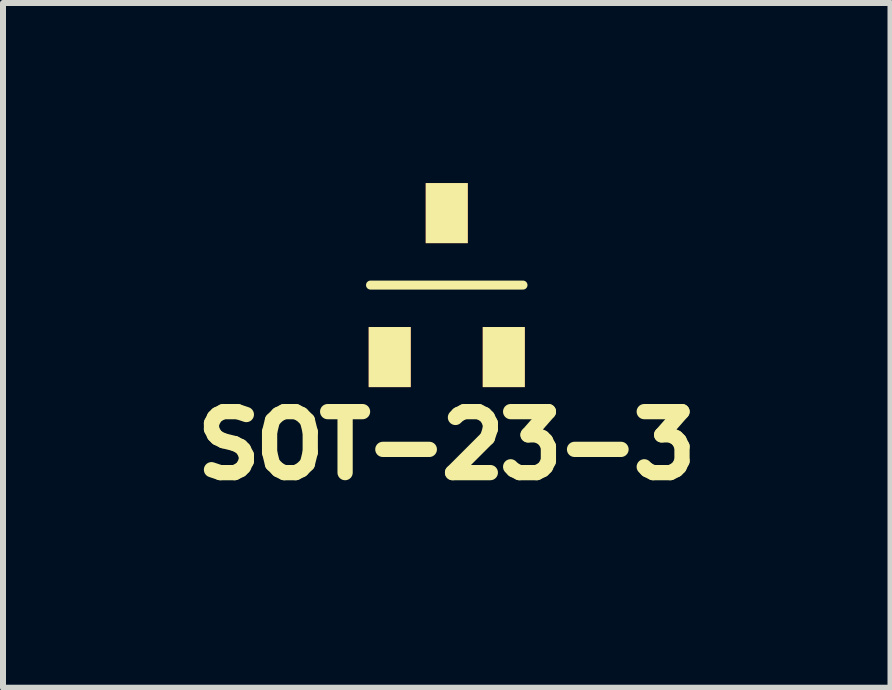
<source format=kicad_pcb>
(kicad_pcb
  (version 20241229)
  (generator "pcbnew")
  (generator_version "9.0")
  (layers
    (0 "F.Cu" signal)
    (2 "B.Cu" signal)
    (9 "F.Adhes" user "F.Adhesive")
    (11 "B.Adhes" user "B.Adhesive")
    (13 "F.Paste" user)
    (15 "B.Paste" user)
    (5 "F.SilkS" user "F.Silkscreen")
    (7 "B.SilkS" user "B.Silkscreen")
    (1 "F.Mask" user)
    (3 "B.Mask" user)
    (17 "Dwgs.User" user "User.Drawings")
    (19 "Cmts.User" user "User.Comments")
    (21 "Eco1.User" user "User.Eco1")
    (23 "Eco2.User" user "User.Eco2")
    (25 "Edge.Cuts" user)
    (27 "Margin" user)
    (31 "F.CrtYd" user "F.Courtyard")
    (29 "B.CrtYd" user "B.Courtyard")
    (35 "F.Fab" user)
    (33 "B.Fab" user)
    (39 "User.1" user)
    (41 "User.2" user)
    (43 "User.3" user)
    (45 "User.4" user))
  (footprint "SOT-23-3"
    (layer "F.Cu")
    (at 4.392 1.699)
    (property "Reference" "SOT-23-3" (at 0 2.667 0) (layer "F.SilkS") (effects (font (size 1.016 1.016) (thickness 0.254))))
    (attr through_hole)
    (fp_line (start -1.27 0) (end 1.27 0) (stroke (width 0.15) (type solid)) (layer "F.SilkS"))
    (pad "1" smd rect (at -0.95 1.199) (size 0.701 1.001) (layers "F.Cu" "F.Mask" "F.SilkS"))
    (pad "2" smd rect (at 0.95 1.199) (size 0.701 1.001) (layers "F.Cu" "F.Mask" "F.SilkS"))
    (pad "3" smd rect (at 0 -1.199) (size 0.701 1.001) (layers "F.Cu" "F.Mask" "F.SilkS")))
  (gr_rect
    (start -3 -3)
    (end 11.784 8.406)
    (stroke (width 0.1) (type default))
    (fill no)
    (layer "Edge.Cuts")))
</source>
